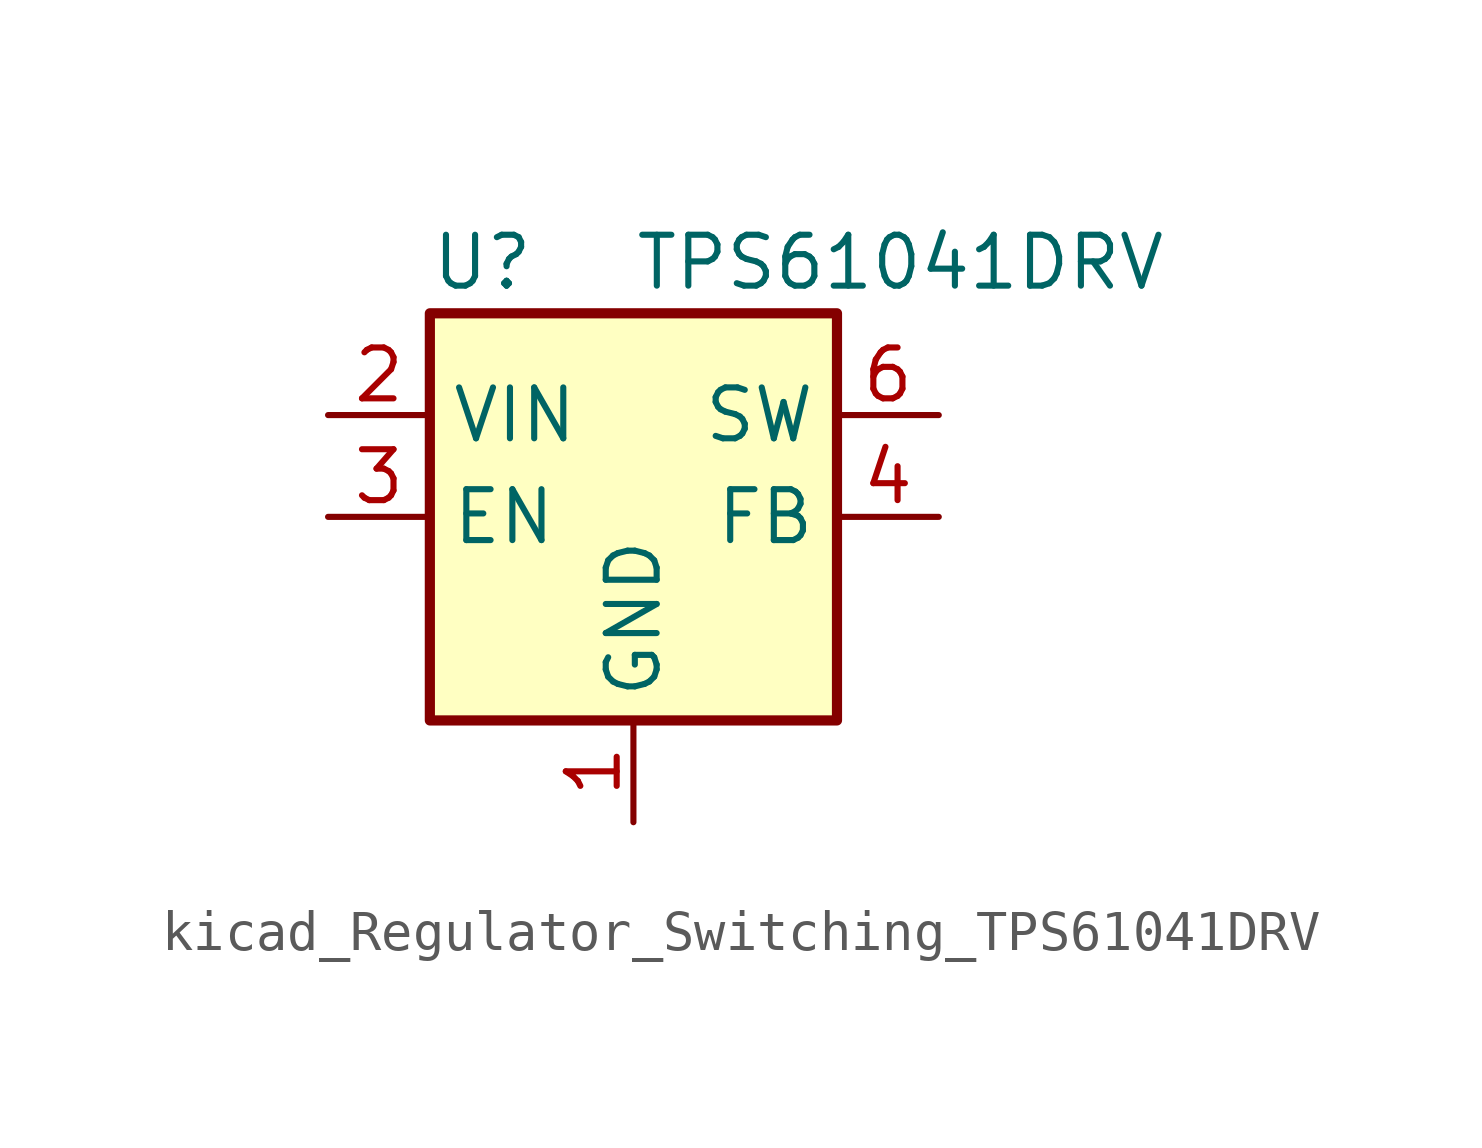
<source format=kicad_sym>
(kicad_symbol_lib
  (version 20220914)
  (generator kicad_symbol_editor)
  (symbol "kicad_Regulator_Switching_TPS61041DRV"
    (property "Reference" "U"
      (at -5.08 6.35 0)
      (effects (font (size 1.27 1.27)) (justify left)))
    (property "Value" "TPS61041DRV"
      (at 0 6.35 0)
      (effects (font (size 1.27 1.27)) (justify left)))
    (symbol "kicad_Regulator_Switching_TPS61041DRV_0_1"
      (rectangle (start -5.08 5.08) (end 5.08 -5.08) (stroke (width 0.254) (type default)) (fill (type background))))
    (symbol "kicad_Regulator_Switching_TPS61041DRV_1_1"
      (pin power_in line (at 0 -7.62 90) (length 2.54) (name "GND" (effects (font (size 1.27 1.27)))) (number "1" (effects (font (size 1.27 1.27)))))
      (pin power_in line (at -7.62 2.54 0) (length 2.54) (name "VIN" (effects (font (size 1.27 1.27)))) (number "2" (effects (font (size 1.27 1.27)))))
      (pin input line (at -7.62 0 0) (length 2.54) (name "EN" (effects (font (size 1.27 1.27)))) (number "3" (effects (font (size 1.27 1.27)))))
      (pin input line (at 7.62 0 180) (length 2.54) (name "FB" (effects (font (size 1.27 1.27)))) (number "4" (effects (font (size 1.27 1.27)))))
      (pin no_connect line (at 5.08 -2.54 180) (length 2.54) hide (name "NC" (effects (font (size 1.27 1.27)))) (number "5" (effects (font (size 1.27 1.27)))))
      (pin power_out line (at 7.62 2.54 180) (length 2.54) (name "SW" (effects (font (size 1.27 1.27)))) (number "6" (effects (font (size 1.27 1.27))))))))
</source>
